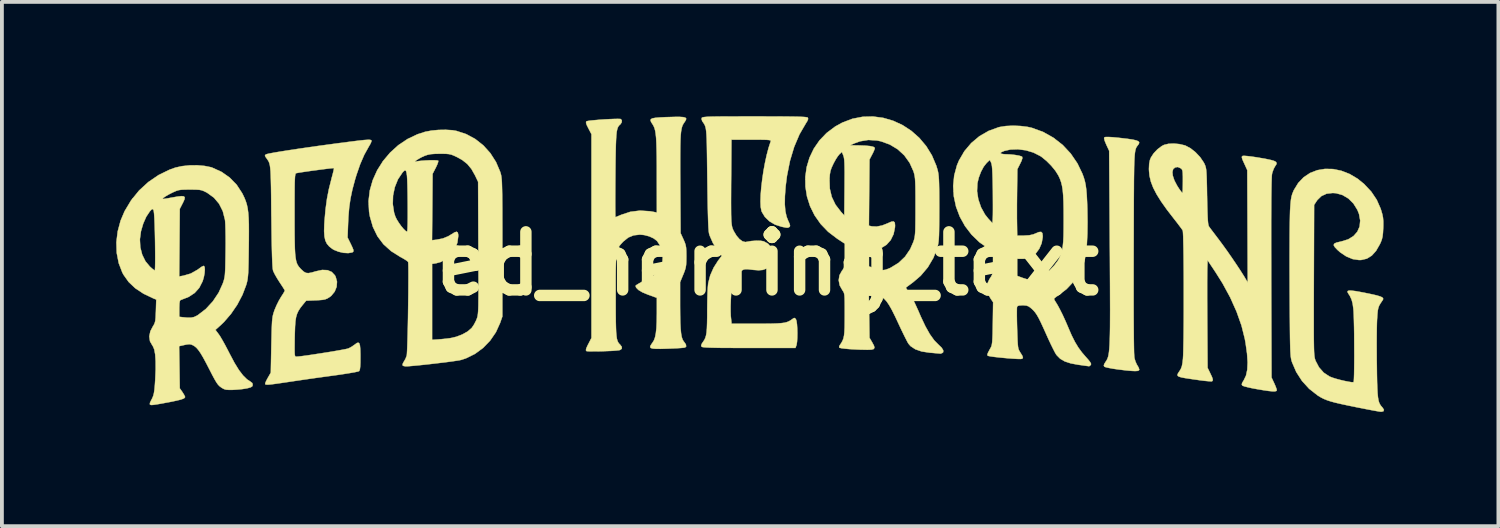
<source format=kicad_pcb>
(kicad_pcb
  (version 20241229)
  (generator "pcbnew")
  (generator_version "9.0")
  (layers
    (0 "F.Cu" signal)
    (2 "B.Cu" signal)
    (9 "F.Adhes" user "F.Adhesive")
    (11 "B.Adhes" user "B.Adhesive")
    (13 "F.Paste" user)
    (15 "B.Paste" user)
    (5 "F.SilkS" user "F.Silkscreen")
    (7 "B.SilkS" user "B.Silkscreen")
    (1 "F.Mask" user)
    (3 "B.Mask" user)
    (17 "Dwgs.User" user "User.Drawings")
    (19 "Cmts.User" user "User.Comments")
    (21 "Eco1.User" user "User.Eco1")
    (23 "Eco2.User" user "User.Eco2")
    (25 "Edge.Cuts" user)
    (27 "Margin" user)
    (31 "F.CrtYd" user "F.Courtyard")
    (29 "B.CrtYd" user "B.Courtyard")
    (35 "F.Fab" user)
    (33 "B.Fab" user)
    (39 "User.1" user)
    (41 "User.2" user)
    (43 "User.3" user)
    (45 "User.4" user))
  (footprint "red_herring_text"
    (layer "F.Cu")
    (at 16.631 3.87)
    (property "Reference" "red_herring_text" (at 0 0 0) (layer "F.SilkS") (effects (font (size 1.524 1.524) (thickness 0.3))))
    (attr through_hole)
    (fp_poly (pts (xy 9.529 -3.318) (xy 9.693 -3.302) (xy 9.745 -3.296) (xy 9.922 -3.275) (xy 10.054 -3.255) (xy 10.144 -3.234) (xy 10.197 -3.211) (xy 10.219 -3.184) (xy 10.213 -3.152) (xy 10.202 -3.133) (xy 10.183 -3.107) (xy 10.165 -3.084) (xy 10.15 -3.062) (xy 10.137 -3.036) (xy 10.126 -3.006) (xy 10.116 -2.966) (xy 10.108 -2.915) (xy 10.101 -2.849) (xy 10.095 -2.765) (xy 10.09 -2.661) (xy 10.086 -2.532) (xy 10.084 -2.377) (xy 10.081 -2.193) (xy 10.08 -1.975) (xy 10.078 -1.722) (xy 10.077 -1.43) (xy 10.076 -1.096) (xy 10.075 -0.717) (xy 10.074 -0.292) (xy 10.073 0.212) (xy 10.073 0.666) (xy 10.073 1.07) (xy 10.074 1.423) (xy 10.076 1.725) (xy 10.078 1.977) (xy 10.081 2.178) (xy 10.084 2.328) (xy 10.089 2.428) (xy 10.094 2.476) (xy 10.12 2.566) (xy 10.156 2.647) (xy 10.171 2.67) (xy 10.205 2.73) (xy 10.221 2.78) (xy 10.221 2.782) (xy 10.21 2.803) (xy 10.175 2.815) (xy 10.109 2.819) (xy 10.009 2.814) (xy 9.869 2.801) (xy 9.685 2.779) (xy 9.656 2.775) (xy 9.532 2.757) (xy 9.424 2.737) (xy 9.345 2.719) (xy 9.304 2.704) (xy 9.303 2.702) (xy 9.29 2.673) (xy 9.305 2.628) (xy 9.339 2.575) (xy 9.359 2.545) (xy 9.377 2.513) (xy 9.392 2.477) (xy 9.406 2.433) (xy 9.417 2.379) (xy 9.427 2.311) (xy 9.435 2.227) (xy 9.442 2.123) (xy 9.447 1.997) (xy 9.451 1.846) (xy 9.454 1.666) (xy 9.455 1.456) (xy 9.456 1.211) (xy 9.455 0.928) (xy 9.454 0.606) (xy 9.452 0.241) (xy 9.45 -0.171) (xy 9.448 -0.445) (xy 9.431 -2.962) (xy 9.355 -3.125) (xy 9.313 -3.226) (xy 9.298 -3.289) (xy 9.305 -3.315) (xy 9.338 -3.324) (xy 9.411 -3.325) (xy 9.529 -3.318)) (stroke (width 0.01) (type solid)) (fill yes) (layer "F.SilkS"))
    (fp_poly (pts (xy 15.308 -2.483) (xy 15.524 -2.438) (xy 15.74 -2.354) (xy 15.95 -2.23) (xy 16.121 -2.091) (xy 16.31 -1.89) (xy 16.454 -1.675) (xy 16.557 -1.441) (xy 16.568 -1.405) (xy 16.6 -1.297) (xy 16.618 -1.206) (xy 16.626 -1.112) (xy 16.626 -0.996) (xy 16.624 -0.935) (xy 16.617 -0.806) (xy 16.606 -0.711) (xy 16.587 -0.633) (xy 16.557 -0.555) (xy 16.535 -0.509) (xy 16.436 -0.336) (xy 16.323 -0.211) (xy 16.195 -0.132) (xy 16.049 -0.097) (xy 15.99 -0.095) (xy 15.824 -0.12) (xy 15.654 -0.19) (xy 15.491 -0.3) (xy 15.424 -0.36) (xy 15.354 -0.433) (xy 15.324 -0.486) (xy 15.337 -0.523) (xy 15.394 -0.552) (xy 15.499 -0.577) (xy 15.522 -0.582) (xy 15.702 -0.637) (xy 15.844 -0.724) (xy 15.945 -0.839) (xy 16.005 -0.976) (xy 16.02 -1.132) (xy 15.989 -1.303) (xy 15.946 -1.411) (xy 15.843 -1.577) (xy 15.711 -1.709) (xy 15.556 -1.801) (xy 15.386 -1.849) (xy 15.299 -1.855) (xy 15.136 -1.836) (xy 15.002 -1.774) (xy 14.896 -1.671) (xy 14.88 -1.648) (xy 14.81 -1.542) (xy 14.803 0.435) (xy 14.802 0.798) (xy 14.801 1.115) (xy 14.801 1.388) (xy 14.801 1.621) (xy 14.801 1.817) (xy 14.802 1.98) (xy 14.804 2.114) (xy 14.806 2.221) (xy 14.809 2.307) (xy 14.813 2.374) (xy 14.818 2.425) (xy 14.824 2.465) (xy 14.831 2.497) (xy 14.84 2.525) (xy 14.848 2.549) (xy 14.937 2.719) (xy 15.061 2.86) (xy 15.213 2.961) (xy 15.283 2.989) (xy 15.38 3.02) (xy 15.491 3.05) (xy 15.605 3.077) (xy 15.709 3.098) (xy 15.792 3.111) (xy 15.841 3.111) (xy 15.846 3.11) (xy 15.852 3.082) (xy 15.856 3.01) (xy 15.86 2.901) (xy 15.862 2.762) (xy 15.864 2.599) (xy 15.865 2.419) (xy 15.864 2.229) (xy 15.863 2.035) (xy 15.862 1.845) (xy 15.859 1.665) (xy 15.855 1.502) (xy 15.851 1.363) (xy 15.846 1.254) (xy 15.841 1.191) (xy 15.822 1.05) (xy 15.793 0.941) (xy 15.749 0.848) (xy 15.707 0.783) (xy 15.686 0.744) (xy 15.691 0.719) (xy 15.725 0.707) (xy 15.793 0.708) (xy 15.9 0.721) (xy 16.05 0.748) (xy 16.143 0.766) (xy 16.318 0.802) (xy 16.449 0.832) (xy 16.539 0.859) (xy 16.595 0.883) (xy 16.62 0.908) (xy 16.621 0.935) (xy 16.609 0.958) (xy 16.556 1.036) (xy 16.519 1.098) (xy 16.496 1.159) (xy 16.481 1.231) (xy 16.471 1.327) (xy 16.463 1.46) (xy 16.462 1.465) (xy 16.458 1.569) (xy 16.455 1.714) (xy 16.453 1.893) (xy 16.452 2.095) (xy 16.453 2.313) (xy 16.454 2.536) (xy 16.456 2.651) (xy 16.459 2.902) (xy 16.463 3.107) (xy 16.469 3.272) (xy 16.476 3.404) (xy 16.486 3.506) (xy 16.499 3.584) (xy 16.516 3.645) (xy 16.539 3.693) (xy 16.567 3.734) (xy 16.601 3.774) (xy 16.607 3.78) (xy 16.642 3.835) (xy 16.63 3.873) (xy 16.574 3.887) (xy 16.557 3.886) (xy 16.513 3.88) (xy 16.427 3.865) (xy 16.308 3.843) (xy 16.162 3.815) (xy 15.999 3.783) (xy 15.904 3.764) (xy 15.68 3.718) (xy 15.499 3.679) (xy 15.354 3.645) (xy 15.238 3.613) (xy 15.144 3.582) (xy 15.064 3.549) (xy 14.991 3.512) (xy 14.919 3.469) (xy 14.897 3.454) (xy 14.681 3.285) (xy 14.493 3.079) (xy 14.342 2.845) (xy 14.233 2.593) (xy 14.222 2.56) (xy 14.213 2.527) (xy 14.205 2.489) (xy 14.198 2.443) (xy 14.193 2.386) (xy 14.188 2.313) (xy 14.184 2.22) (xy 14.181 2.104) (xy 14.178 1.961) (xy 14.176 1.786) (xy 14.174 1.576) (xy 14.172 1.328) (xy 14.17 1.036) (xy 14.168 0.698) (xy 14.168 0.674) (xy 14.167 0.369) (xy 14.166 0.07) (xy 14.166 -0.216) (xy 14.167 -0.486) (xy 14.168 -0.733) (xy 14.17 -0.953) (xy 14.173 -1.139) (xy 14.176 -1.288) (xy 14.179 -1.393) (xy 14.181 -1.425) (xy 14.191 -1.571) (xy 14.202 -1.678) (xy 14.217 -1.761) (xy 14.237 -1.831) (xy 14.266 -1.901) (xy 14.28 -1.933) (xy 14.394 -2.119) (xy 14.537 -2.268) (xy 14.705 -2.38) (xy 14.893 -2.453) (xy 15.096 -2.487) (xy 15.308 -2.483)) (stroke (width 0.01) (type solid)) (fill yes) (layer "F.SilkS"))
    (fp_poly (pts (xy 11.275 -3.138) (xy 11.414 -3.105) (xy 11.434 -3.098) (xy 11.566 -3.028) (xy 11.698 -2.923) (xy 11.818 -2.796) (xy 11.911 -2.659) (xy 11.926 -2.632) (xy 11.944 -2.593) (xy 11.958 -2.556) (xy 11.969 -2.513) (xy 11.978 -2.459) (xy 11.984 -2.386) (xy 11.989 -2.289) (xy 11.993 -2.16) (xy 11.997 -1.994) (xy 12 -1.785) (xy 12.001 -1.766) (xy 12.005 -1.543) (xy 12.01 -1.367) (xy 12.015 -1.23) (xy 12.021 -1.129) (xy 12.028 -1.057) (xy 12.037 -1.009) (xy 12.048 -0.979) (xy 12.052 -0.973) (xy 12.08 -0.934) (xy 12.133 -0.863) (xy 12.204 -0.77) (xy 12.285 -0.663) (xy 12.317 -0.621) (xy 12.422 -0.479) (xy 12.54 -0.315) (xy 12.661 -0.14) (xy 12.779 0.034) (xy 12.886 0.197) (xy 12.974 0.336) (xy 13.011 0.398) (xy 13.068 0.496) (xy 13.062 -0.979) (xy 13.056 -2.454) (xy 12.975 -2.632) (xy 12.934 -2.722) (xy 12.915 -2.778) (xy 12.914 -2.808) (xy 12.929 -2.824) (xy 12.936 -2.828) (xy 12.975 -2.83) (xy 13.055 -2.824) (xy 13.165 -2.811) (xy 13.296 -2.792) (xy 13.384 -2.777) (xy 13.554 -2.747) (xy 13.679 -2.72) (xy 13.762 -2.695) (xy 13.81 -2.668) (xy 13.826 -2.638) (xy 13.816 -2.601) (xy 13.786 -2.557) (xy 13.75 -2.491) (xy 13.717 -2.402) (xy 13.705 -2.355) (xy 13.7 -2.309) (xy 13.696 -2.224) (xy 13.692 -2.096) (xy 13.689 -1.927) (xy 13.686 -1.714) (xy 13.685 -1.456) (xy 13.683 -1.153) (xy 13.683 -0.803) (xy 13.683 -0.405) (xy 13.684 0.042) (xy 13.684 0.383) (xy 13.692 2.987) (xy 13.762 3.137) (xy 13.798 3.219) (xy 13.823 3.287) (xy 13.831 3.321) (xy 13.82 3.341) (xy 13.783 3.351) (xy 13.716 3.351) (xy 13.614 3.341) (xy 13.471 3.32) (xy 13.3 3.291) (xy 13.172 3.267) (xy 13.061 3.242) (xy 12.977 3.22) (xy 12.93 3.202) (xy 12.926 3.198) (xy 12.911 3.171) (xy 12.921 3.131) (xy 12.96 3.066) (xy 12.966 3.056) (xy 13.023 2.937) (xy 13.056 2.783) (xy 13.065 2.592) (xy 13.05 2.362) (xy 13.012 2.089) (xy 12.991 1.972) (xy 12.904 1.624) (xy 12.775 1.26) (xy 12.608 0.887) (xy 12.405 0.514) (xy 12.226 0.229) (xy 12.014 -0.089) (xy 12.006 0.14) (xy 12.005 0.213) (xy 12.004 0.33) (xy 12.003 0.486) (xy 12.003 0.674) (xy 12.003 0.886) (xy 12.004 1.118) (xy 12.005 1.363) (xy 12.006 1.551) (xy 12.014 2.733) (xy 12.083 2.876) (xy 12.128 2.971) (xy 12.149 3.031) (xy 12.149 3.067) (xy 12.13 3.088) (xy 12.098 3.089) (xy 12.025 3.084) (xy 11.921 3.074) (xy 11.796 3.058) (xy 11.743 3.05) (xy 11.559 3.024) (xy 11.422 3.003) (xy 11.324 2.984) (xy 11.262 2.965) (xy 11.23 2.944) (xy 11.223 2.917) (xy 11.236 2.883) (xy 11.264 2.839) (xy 11.276 2.823) (xy 11.314 2.759) (xy 11.339 2.692) (xy 11.356 2.604) (xy 11.368 2.497) (xy 11.373 2.415) (xy 11.377 2.293) (xy 11.38 2.136) (xy 11.384 1.949) (xy 11.386 1.737) (xy 11.388 1.507) (xy 11.389 1.262) (xy 11.389 1.008) (xy 11.389 0.751) (xy 11.389 0.496) (xy 11.388 0.247) (xy 11.386 0.011) (xy 11.384 -0.208) (xy 11.381 -0.405) (xy 11.377 -0.574) (xy 11.374 -0.71) (xy 11.369 -0.808) (xy 11.364 -0.862) (xy 11.362 -0.87) (xy 11.336 -0.91) (xy 11.284 -0.98) (xy 11.216 -1.07) (xy 11.137 -1.171) (xy 11.133 -1.176) (xy 10.946 -1.418) (xy 10.795 -1.631) (xy 10.676 -1.821) (xy 10.587 -1.993) (xy 10.526 -2.152) (xy 10.49 -2.305) (xy 10.48 -2.409) (xy 11.09 -2.409) (xy 11.101 -2.308) (xy 11.142 -2.185) (xy 11.214 -2.048) (xy 11.264 -1.969) (xy 11.309 -1.906) (xy 11.343 -1.865) (xy 11.354 -1.856) (xy 11.358 -1.88) (xy 11.362 -1.945) (xy 11.364 -2.041) (xy 11.365 -2.158) (xy 11.365 -2.161) (xy 11.365 -2.289) (xy 11.362 -2.377) (xy 11.356 -2.433) (xy 11.344 -2.468) (xy 11.325 -2.49) (xy 11.3 -2.508) (xy 11.232 -2.537) (xy 11.166 -2.527) (xy 11.112 -2.484) (xy 11.09 -2.409) (xy 10.48 -2.409) (xy 10.476 -2.455) (xy 10.475 -2.488) (xy 10.481 -2.62) (xy 10.501 -2.721) (xy 10.528 -2.787) (xy 10.599 -2.896) (xy 10.699 -3.001) (xy 10.81 -3.085) (xy 10.871 -3.117) (xy 10.985 -3.145) (xy 11.125 -3.152) (xy 11.275 -3.138)) (stroke (width 0.01) (type solid)) (fill yes) (layer "F.SilkS"))
    (fp_poly (pts (xy 0.434 -3.864) (xy 0.697 -3.864) (xy 0.916 -3.862) (xy 1.096 -3.86) (xy 1.238 -3.858) (xy 1.347 -3.854) (xy 1.427 -3.85) (xy 1.48 -3.844) (xy 1.511 -3.838) (xy 1.521 -3.832) (xy 1.53 -3.798) (xy 1.51 -3.746) (xy 1.472 -3.685) (xy 1.303 -3.395) (xy 1.163 -3.065) (xy 1.053 -2.699) (xy 0.974 -2.302) (xy 0.939 -2.027) (xy 0.92 -1.771) (xy 0.917 -1.558) (xy 0.931 -1.382) (xy 0.963 -1.236) (xy 1.002 -1.135) (xy 1.04 -1.051) (xy 1.055 -1) (xy 1.049 -0.972) (xy 1.039 -0.964) (xy 1.013 -0.949) (xy 0.986 -0.943) (xy 0.944 -0.947) (xy 0.873 -0.961) (xy 0.834 -0.969) (xy 0.663 -1.024) (xy 0.514 -1.112) (xy 0.395 -1.226) (xy 0.315 -1.358) (xy 0.304 -1.389) (xy 0.285 -1.489) (xy 0.279 -1.629) (xy 0.284 -1.801) (xy 0.3 -1.998) (xy 0.325 -2.209) (xy 0.357 -2.428) (xy 0.397 -2.645) (xy 0.442 -2.852) (xy 0.492 -3.041) (xy 0.545 -3.203) (xy 0.549 -3.214) (xy 0.55 -3.228) (xy 0.536 -3.238) (xy 0.501 -3.245) (xy 0.44 -3.25) (xy 0.345 -3.253) (xy 0.212 -3.254) (xy 0.041 -3.254) (xy -0.483 -3.254) (xy -0.489 -2.371) (xy -0.492 -2.074) (xy -0.493 -1.823) (xy -0.494 -1.613) (xy -0.493 -1.442) (xy -0.492 -1.303) (xy -0.489 -1.192) (xy -0.485 -1.106) (xy -0.478 -1.038) (xy -0.47 -0.986) (xy -0.46 -0.944) (xy -0.447 -0.908) (xy -0.431 -0.873) (xy -0.421 -0.852) (xy -0.351 -0.735) (xy -0.273 -0.644) (xy -0.193 -0.586) (xy -0.119 -0.567) (xy -0.105 -0.569) (xy 0.033 -0.593) (xy 0.169 -0.603) (xy 0.287 -0.6) (xy 0.364 -0.586) (xy 0.476 -0.525) (xy 0.557 -0.433) (xy 0.606 -0.319) (xy 0.62 -0.195) (xy 0.597 -0.072) (xy 0.534 0.041) (xy 0.504 0.073) (xy 0.429 0.131) (xy 0.342 0.164) (xy 0.231 0.174) (xy 0.086 0.163) (xy 0.053 0.159) (xy -0.048 0.147) (xy -0.115 0.145) (xy -0.162 0.154) (xy -0.205 0.177) (xy -0.217 0.184) (xy -0.305 0.263) (xy -0.387 0.371) (xy -0.447 0.487) (xy -0.453 0.503) (xy -0.468 0.573) (xy -0.481 0.681) (xy -0.492 0.815) (xy -0.5 0.963) (xy -0.505 1.113) (xy -0.505 1.252) (xy -0.501 1.368) (xy -0.497 1.406) (xy -0.479 1.576) (xy 0.189 1.576) (xy 0.409 1.576) (xy 0.585 1.574) (xy 0.723 1.569) (xy 0.83 1.561) (xy 0.912 1.55) (xy 0.976 1.533) (xy 1.029 1.511) (xy 1.077 1.482) (xy 1.102 1.464) (xy 1.151 1.43) (xy 1.179 1.426) (xy 1.203 1.452) (xy 1.21 1.461) (xy 1.225 1.507) (xy 1.237 1.592) (xy 1.244 1.701) (xy 1.247 1.822) (xy 1.245 1.942) (xy 1.239 2.047) (xy 1.227 2.126) (xy 1.221 2.147) (xy 1.196 2.212) (xy -0.022 2.212) (xy -0.312 2.212) (xy -0.555 2.211) (xy -0.755 2.21) (xy -0.916 2.207) (xy -1.041 2.204) (xy -1.135 2.2) (xy -1.201 2.195) (xy -1.243 2.189) (xy -1.264 2.181) (xy -1.268 2.178) (xy -1.278 2.144) (xy -1.257 2.094) (xy -1.232 2.058) (xy -1.197 2.006) (xy -1.17 1.951) (xy -1.15 1.886) (xy -1.136 1.803) (xy -1.127 1.696) (xy -1.122 1.557) (xy -1.119 1.379) (xy -1.119 1.233) (xy -1.117 1.058) (xy -1.114 0.889) (xy -1.109 0.736) (xy -1.102 0.611) (xy -1.094 0.524) (xy -1.092 0.509) (xy -1.04 0.308) (xy -0.95 0.105) (xy -0.833 -0.08) (xy -0.83 -0.083) (xy -0.737 -0.205) (xy -0.836 -0.338) (xy -0.967 -0.538) (xy -1.052 -0.731) (xy -1.071 -0.792) (xy -1.079 -0.848) (xy -1.087 -0.953) (xy -1.094 -1.107) (xy -1.1 -1.311) (xy -1.106 -1.564) (xy -1.111 -1.868) (xy -1.116 -2.222) (xy -1.116 -2.225) (xy -1.12 -2.52) (xy -1.123 -2.769) (xy -1.126 -2.977) (xy -1.129 -3.147) (xy -1.133 -3.284) (xy -1.139 -3.392) (xy -1.146 -3.477) (xy -1.155 -3.542) (xy -1.167 -3.592) (xy -1.181 -3.632) (xy -1.199 -3.666) (xy -1.22 -3.698) (xy -1.245 -3.733) (xy -1.25 -3.74) (xy -1.267 -3.794) (xy -1.263 -3.823) (xy -1.256 -3.832) (xy -1.24 -3.84) (xy -1.211 -3.846) (xy -1.165 -3.851) (xy -1.098 -3.856) (xy -1.006 -3.859) (xy -0.884 -3.861) (xy -0.73 -3.863) (xy -0.539 -3.864) (xy -0.307 -3.864) (xy -0.03 -3.865) (xy 0.123 -3.865) (xy 0.434 -3.864)) (stroke (width 0.01) (type solid)) (fill yes) (layer "F.SilkS"))
    (fp_poly (pts (xy -1.746 -3.846) (xy -1.693 -3.832) (xy -1.671 -3.809) (xy -1.677 -3.775) (xy -1.704 -3.729) (xy -1.714 -3.715) (xy -1.74 -3.677) (xy -1.762 -3.638) (xy -1.78 -3.591) (xy -1.794 -3.533) (xy -1.806 -3.46) (xy -1.815 -3.367) (xy -1.821 -3.25) (xy -1.825 -3.105) (xy -1.827 -2.927) (xy -1.828 -2.712) (xy -1.828 -2.456) (xy -1.826 -2.154) (xy -1.826 -2.085) (xy -1.818 -0.801) (xy -1.742 -0.636) (xy -1.708 -0.557) (xy -1.686 -0.49) (xy -1.673 -0.418) (xy -1.668 -0.328) (xy -1.666 -0.203) (xy -1.666 -0.191) (xy -1.668 -0.061) (xy -1.673 0.034) (xy -1.686 0.111) (xy -1.709 0.188) (xy -1.745 0.28) (xy -1.749 0.288) (xy -1.831 0.487) (xy -1.831 1.104) (xy -1.829 1.349) (xy -1.825 1.548) (xy -1.817 1.706) (xy -1.805 1.829) (xy -1.789 1.921) (xy -1.767 1.989) (xy -1.74 2.036) (xy -1.732 2.045) (xy -1.68 2.118) (xy -1.671 2.172) (xy -1.699 2.2) (xy -1.738 2.207) (xy -1.818 2.214) (xy -1.93 2.221) (xy -2.065 2.227) (xy -2.167 2.231) (xy -2.34 2.236) (xy -2.467 2.235) (xy -2.552 2.228) (xy -2.601 2.213) (xy -2.617 2.187) (xy -2.606 2.149) (xy -2.572 2.097) (xy -2.556 2.075) (xy -2.517 2.012) (xy -2.488 1.931) (xy -2.467 1.825) (xy -2.452 1.689) (xy -2.444 1.516) (xy -2.441 1.299) (xy -2.441 1.281) (xy -2.441 0.897) (xy -2.669 0.815) (xy -2.817 0.754) (xy -2.923 0.691) (xy -2.985 0.628) (xy -3 0.582) (xy -2.979 0.562) (xy -2.921 0.526) (xy -2.837 0.479) (xy -2.765 0.443) (xy -2.616 0.364) (xy -2.506 0.293) (xy -2.426 0.223) (xy -2.366 0.146) (xy -2.334 0.091) (xy -2.294 -0.037) (xy -2.286 -0.187) (xy -2.31 -0.341) (xy -2.363 -0.484) (xy -2.435 -0.594) (xy -2.522 -0.662) (xy -2.641 -0.717) (xy -2.776 -0.752) (xy -2.886 -0.762) (xy -3.049 -0.744) (xy -3.189 -0.687) (xy -3.317 -0.585) (xy -3.346 -0.555) (xy -3.387 -0.51) (xy -3.421 -0.468) (xy -3.448 -0.425) (xy -3.471 -0.375) (xy -3.488 -0.314) (xy -3.5 -0.236) (xy -3.509 -0.137) (xy -3.515 -0.011) (xy -3.519 0.146) (xy -3.521 0.34) (xy -3.521 0.575) (xy -3.521 0.826) (xy -3.521 1.105) (xy -3.52 1.337) (xy -3.518 1.528) (xy -3.514 1.682) (xy -3.509 1.804) (xy -3.5 1.898) (xy -3.49 1.97) (xy -3.475 2.023) (xy -3.457 2.063) (xy -3.436 2.094) (xy -3.409 2.121) (xy -3.406 2.124) (xy -3.361 2.184) (xy -3.362 2.234) (xy -3.41 2.267) (xy -3.439 2.273) (xy -3.514 2.281) (xy -3.619 2.289) (xy -3.743 2.294) (xy -3.875 2.299) (xy -4.005 2.302) (xy -4.122 2.302) (xy -4.216 2.301) (xy -4.276 2.297) (xy -4.291 2.293) (xy -4.303 2.27) (xy -4.293 2.224) (xy -4.259 2.147) (xy -4.24 2.111) (xy -4.157 1.95) (xy -4.157 -3.398) (xy -4.238 -3.553) (xy -4.281 -3.639) (xy -4.299 -3.693) (xy -4.296 -3.725) (xy -4.287 -3.736) (xy -4.252 -3.745) (xy -4.178 -3.756) (xy -4.073 -3.766) (xy -3.949 -3.777) (xy -3.817 -3.786) (xy -3.685 -3.793) (xy -3.566 -3.798) (xy -3.469 -3.8) (xy -3.405 -3.798) (xy -3.388 -3.795) (xy -3.36 -3.762) (xy -3.363 -3.711) (xy -3.395 -3.661) (xy -3.398 -3.658) (xy -3.426 -3.633) (xy -3.448 -3.606) (xy -3.467 -3.57) (xy -3.482 -3.522) (xy -3.495 -3.458) (xy -3.504 -3.372) (xy -3.511 -3.26) (xy -3.517 -3.117) (xy -3.521 -2.939) (xy -3.525 -2.722) (xy -3.528 -2.46) (xy -3.529 -2.333) (xy -3.531 -2.1) (xy -3.532 -1.885) (xy -3.533 -1.69) (xy -3.533 -1.523) (xy -3.532 -1.387) (xy -3.531 -1.289) (xy -3.529 -1.232) (xy -3.528 -1.22) (xy -3.499 -1.23) (xy -3.439 -1.255) (xy -3.376 -1.282) (xy -3.136 -1.361) (xy -2.885 -1.392) (xy -2.619 -1.375) (xy -2.523 -1.358) (xy -2.441 -1.341) (xy -2.442 -2.279) (xy -2.442 -2.565) (xy -2.444 -2.806) (xy -2.448 -3.005) (xy -2.453 -3.168) (xy -2.46 -3.299) (xy -2.471 -3.404) (xy -2.484 -3.486) (xy -2.501 -3.551) (xy -2.522 -3.604) (xy -2.547 -3.649) (xy -2.557 -3.664) (xy -2.592 -3.719) (xy -2.607 -3.761) (xy -2.598 -3.791) (xy -2.559 -3.813) (xy -2.485 -3.827) (xy -2.373 -3.837) (xy -2.216 -3.845) (xy -2.145 -3.847) (xy -1.968 -3.852) (xy -1.836 -3.852) (xy -1.746 -3.846)) (stroke (width 0.01) (type solid)) (fill yes) (layer "F.SilkS"))
    (fp_poly (pts (xy -7.805 -3.502) (xy -7.701 -3.484) (xy -7.445 -3.4) (xy -7.208 -3.272) (xy -6.995 -3.104) (xy -6.812 -2.901) (xy -6.663 -2.668) (xy -6.553 -2.41) (xy -6.543 -2.377) (xy -6.534 -2.345) (xy -6.526 -2.31) (xy -6.52 -2.267) (xy -6.514 -2.213) (xy -6.509 -2.144) (xy -6.506 -2.056) (xy -6.503 -1.946) (xy -6.5 -1.809) (xy -6.499 -1.643) (xy -6.497 -1.443) (xy -6.497 -1.205) (xy -6.496 -0.925) (xy -6.496 -0.601) (xy -6.496 -0.42) (xy -6.496 1.386) (xy -6.555 1.556) (xy -6.665 1.799) (xy -6.816 2.019) (xy -7.001 2.211) (xy -7.215 2.368) (xy -7.452 2.485) (xy -7.577 2.526) (xy -7.634 2.538) (xy -7.733 2.553) (xy -7.865 2.572) (xy -8.02 2.592) (xy -8.191 2.612) (xy -8.367 2.633) (xy -8.541 2.652) (xy -8.703 2.669) (xy -8.844 2.682) (xy -8.956 2.692) (xy -9.029 2.695) (xy -9.033 2.695) (xy -9.088 2.686) (xy -9.115 2.669) (xy -9.113 2.633) (xy -9.086 2.579) (xy -9.082 2.574) (xy -9.039 2.499) (xy -9.006 2.415) (xy -9.006 2.415) (xy -9.001 2.375) (xy -8.996 2.291) (xy -8.991 2.169) (xy -8.986 2.015) (xy -8.981 1.835) (xy -8.976 1.636) (xy -8.972 1.424) (xy -8.969 1.205) (xy -8.966 0.986) (xy -8.963 0.772) (xy -8.962 0.571) (xy -8.961 0.387) (xy -8.961 0.228) (xy -8.962 0.1) (xy -8.964 0.008) (xy -8.968 -0.04) (xy -8.969 -0.044) (xy -8.995 -0.07) (xy -9.055 -0.11) (xy -9.139 -0.159) (xy -9.176 -0.178) (xy -9.416 -0.329) (xy -9.616 -0.509) (xy -9.775 -0.72) (xy -9.893 -0.963) (xy -9.972 -1.236) (xy -9.994 -1.365) (xy -10.004 -1.561) (xy -9.372 -1.561) (xy -9.338 -1.341) (xy -9.306 -1.239) (xy -9.269 -1.163) (xy -9.215 -1.075) (xy -9.153 -0.988) (xy -9.09 -0.913) (xy -9.035 -0.859) (xy -8.997 -0.839) (xy -8.99 -0.864) (xy -8.985 -0.936) (xy -8.981 -1.052) (xy -8.979 -1.209) (xy -8.979 -1.403) (xy -8.98 -1.611) (xy -8.983 -1.852) (xy -8.987 -2.046) (xy -8.992 -2.197) (xy -8.999 -2.309) (xy -9.01 -2.385) (xy -9.024 -2.431) (xy -9.042 -2.449) (xy -9.065 -2.443) (xy -9.094 -2.418) (xy -9.117 -2.392) (xy -9.236 -2.214) (xy -9.319 -2.008) (xy -9.365 -1.787) (xy -9.372 -1.561) (xy -10.004 -1.561) (xy -10.008 -1.643) (xy -9.975 -1.92) (xy -9.898 -2.191) (xy -9.781 -2.451) (xy -9.638 -2.677) (xy -8.793 -2.677) (xy -8.776 -2.676) (xy -8.765 -2.679) (xy -8.708 -2.691) (xy -8.622 -2.7) (xy -8.518 -2.708) (xy -8.41 -2.713) (xy -8.31 -2.714) (xy -8.231 -2.712) (xy -8.185 -2.705) (xy -8.178 -2.702) (xy -8.181 -2.668) (xy -8.204 -2.603) (xy -8.242 -2.521) (xy -8.245 -2.516) (xy -8.327 -2.357) (xy -8.334 -1.486) (xy -8.342 -0.615) (xy -8.233 -0.627) (xy -8.062 -0.66) (xy -7.918 -0.718) (xy -7.839 -0.766) (xy -7.752 -0.82) (xy -7.697 -0.838) (xy -7.666 -0.818) (xy -7.654 -0.759) (xy -7.653 -0.726) (xy -7.676 -0.551) (xy -7.74 -0.388) (xy -7.84 -0.243) (xy -7.967 -0.125) (xy -8.115 -0.043) (xy -8.236 -0.01) (xy -8.34 0.006) (xy -8.34 2) (xy -8.193 1.99) (xy -8.087 1.981) (xy -7.962 1.968) (xy -7.869 1.956) (xy -7.704 1.919) (xy -7.546 1.858) (xy -7.408 1.781) (xy -7.305 1.692) (xy -7.297 1.683) (xy -7.242 1.602) (xy -7.19 1.503) (xy -7.169 1.453) (xy -7.159 1.425) (xy -7.15 1.395) (xy -7.143 1.36) (xy -7.137 1.317) (xy -7.132 1.26) (xy -7.128 1.186) (xy -7.125 1.092) (xy -7.124 0.973) (xy -7.122 0.825) (xy -7.122 0.646) (xy -7.122 0.43) (xy -7.123 0.175) (xy -7.124 -0.124) (xy -7.125 -0.416) (xy -7.132 -2.148) (xy -7.211 -2.314) (xy -7.307 -2.484) (xy -7.415 -2.615) (xy -7.549 -2.721) (xy -7.672 -2.79) (xy -7.762 -2.833) (xy -7.832 -2.861) (xy -7.898 -2.876) (xy -7.976 -2.883) (xy -8.083 -2.885) (xy -8.135 -2.885) (xy -8.272 -2.882) (xy -8.375 -2.874) (xy -8.458 -2.857) (xy -8.537 -2.83) (xy -8.543 -2.827) (xy -8.61 -2.797) (xy -8.676 -2.761) (xy -8.735 -2.725) (xy -8.777 -2.695) (xy -8.793 -2.677) (xy -9.638 -2.677) (xy -9.628 -2.693) (xy -9.442 -2.914) (xy -9.227 -3.109) (xy -8.986 -3.271) (xy -8.723 -3.396) (xy -8.525 -3.46) (xy -8.359 -3.492) (xy -8.171 -3.51) (xy -7.98 -3.513) (xy -7.805 -3.502)) (stroke (width 0.01) (type solid)) (fill yes) (layer "F.SilkS"))
    (fp_poly (pts (xy -9.956 -3.247) (xy -9.937 -3.239) (xy -9.93 -3.23) (xy -9.935 -3.199) (xy -9.963 -3.138) (xy -10.008 -3.061) (xy -10.009 -3.059) (xy -10.121 -2.857) (xy -10.228 -2.61) (xy -10.328 -2.321) (xy -10.362 -2.208) (xy -10.432 -1.947) (xy -10.482 -1.71) (xy -10.516 -1.476) (xy -10.537 -1.224) (xy -10.544 -1.075) (xy -10.559 -0.687) (xy -10.479 -0.525) (xy -10.432 -0.426) (xy -10.407 -0.363) (xy -10.404 -0.326) (xy -10.419 -0.305) (xy -10.439 -0.295) (xy -10.54 -0.277) (xy -10.665 -0.284) (xy -10.796 -0.314) (xy -10.916 -0.362) (xy -10.959 -0.388) (xy -11.041 -0.452) (xy -11.101 -0.523) (xy -11.142 -0.608) (xy -11.165 -0.715) (xy -11.174 -0.853) (xy -11.169 -1.028) (xy -11.162 -1.138) (xy -11.135 -1.436) (xy -11.099 -1.702) (xy -11.049 -1.957) (xy -10.983 -2.218) (xy -10.983 -2.222) (xy -10.953 -2.333) (xy -10.93 -2.424) (xy -10.917 -2.486) (xy -10.915 -2.508) (xy -10.942 -2.507) (xy -11.009 -2.501) (xy -11.108 -2.489) (xy -11.229 -2.474) (xy -11.363 -2.456) (xy -11.501 -2.438) (xy -11.632 -2.419) (xy -11.748 -2.402) (xy -11.838 -2.388) (xy -11.895 -2.377) (xy -11.905 -2.375) (xy -11.916 -2.369) (xy -11.925 -2.355) (xy -11.932 -2.328) (xy -11.938 -2.285) (xy -11.942 -2.22) (xy -11.946 -2.129) (xy -11.948 -2.007) (xy -11.949 -1.85) (xy -11.95 -1.654) (xy -11.95 -1.413) (xy -11.95 -1.287) (xy -11.95 -1) (xy -11.949 -0.76) (xy -11.946 -0.561) (xy -11.942 -0.398) (xy -11.935 -0.268) (xy -11.924 -0.164) (xy -11.91 -0.082) (xy -11.892 -0.017) (xy -11.868 0.035) (xy -11.839 0.079) (xy -11.804 0.12) (xy -11.771 0.154) (xy -11.708 0.211) (xy -11.652 0.242) (xy -11.588 0.249) (xy -11.504 0.234) (xy -11.391 0.201) (xy -11.224 0.165) (xy -11.085 0.171) (xy -10.974 0.218) (xy -10.891 0.306) (xy -10.872 0.342) (xy -10.836 0.473) (xy -10.846 0.607) (xy -10.897 0.734) (xy -10.985 0.842) (xy -11.036 0.881) (xy -11.092 0.915) (xy -11.147 0.937) (xy -11.215 0.95) (xy -11.311 0.958) (xy -11.395 0.962) (xy -11.646 0.972) (xy -11.734 1.079) (xy -11.799 1.162) (xy -11.848 1.238) (xy -11.884 1.316) (xy -11.91 1.404) (xy -11.927 1.512) (xy -11.937 1.649) (xy -11.943 1.823) (xy -11.946 1.939) (xy -11.948 2.11) (xy -11.949 2.237) (xy -11.948 2.327) (xy -11.945 2.385) (xy -11.938 2.419) (xy -11.927 2.436) (xy -11.912 2.441) (xy -11.902 2.441) (xy -11.845 2.437) (xy -11.749 2.426) (xy -11.622 2.409) (xy -11.473 2.387) (xy -11.311 2.362) (xy -11.144 2.336) (xy -10.981 2.31) (xy -10.831 2.284) (xy -10.703 2.261) (xy -10.604 2.242) (xy -10.544 2.228) (xy -10.534 2.224) (xy -10.452 2.181) (xy -10.373 2.126) (xy -10.368 2.123) (xy -10.316 2.084) (xy -10.278 2.073) (xy -10.251 2.092) (xy -10.234 2.147) (xy -10.225 2.242) (xy -10.221 2.381) (xy -10.221 2.454) (xy -10.222 2.6) (xy -10.227 2.703) (xy -10.235 2.77) (xy -10.248 2.809) (xy -10.257 2.821) (xy -10.291 2.832) (xy -10.369 2.849) (xy -10.483 2.869) (xy -10.626 2.892) (xy -10.79 2.917) (xy -10.95 2.939) (xy -11.164 2.968) (xy -11.395 3) (xy -11.627 3.033) (xy -11.845 3.065) (xy -12.035 3.093) (xy -12.101 3.103) (xy -12.291 3.131) (xy -12.436 3.152) (xy -12.543 3.166) (xy -12.619 3.174) (xy -12.669 3.176) (xy -12.7 3.173) (xy -12.717 3.165) (xy -12.721 3.162) (xy -12.718 3.133) (xy -12.693 3.074) (xy -12.655 3.003) (xy -12.573 2.86) (xy -12.559 2.136) (xy -12.554 1.923) (xy -12.55 1.755) (xy -12.545 1.623) (xy -12.54 1.522) (xy -12.532 1.443) (xy -12.523 1.38) (xy -12.51 1.326) (xy -12.494 1.273) (xy -12.478 1.225) (xy -12.428 1.105) (xy -12.364 0.976) (xy -12.308 0.88) (xy -12.258 0.802) (xy -12.221 0.741) (xy -12.205 0.709) (xy -12.204 0.708) (xy -12.217 0.682) (xy -12.253 0.624) (xy -12.305 0.544) (xy -12.343 0.487) (xy -12.407 0.386) (xy -12.463 0.289) (xy -12.502 0.211) (xy -12.513 0.185) (xy -12.521 0.143) (xy -12.528 0.068) (xy -12.534 -0.044) (xy -12.54 -0.193) (xy -12.545 -0.384) (xy -12.55 -0.619) (xy -12.554 -0.899) (xy -12.558 -1.227) (xy -12.559 -1.246) (xy -12.562 -1.543) (xy -12.564 -1.794) (xy -12.567 -2.003) (xy -12.571 -2.175) (xy -12.575 -2.313) (xy -12.58 -2.423) (xy -12.588 -2.51) (xy -12.597 -2.576) (xy -12.609 -2.628) (xy -12.624 -2.669) (xy -12.642 -2.704) (xy -12.665 -2.737) (xy -12.691 -2.774) (xy -12.702 -2.789) (xy -12.727 -2.831) (xy -12.718 -2.855) (xy -12.693 -2.87) (xy -12.652 -2.882) (xy -12.564 -2.9) (xy -12.436 -2.923) (xy -12.27 -2.95) (xy -12.073 -2.981) (xy -11.848 -3.015) (xy -11.599 -3.051) (xy -11.333 -3.089) (xy -11.052 -3.127) (xy -10.771 -3.165) (xy -10.545 -3.194) (xy -10.364 -3.217) (xy -10.223 -3.234) (xy -10.117 -3.245) (xy -10.041 -3.25) (xy -9.989 -3.251) (xy -9.956 -3.247)) (stroke (width 0.01) (type solid)) (fill yes) (layer "F.SilkS"))
    (fp_poly (pts (xy 3.502 -3.826) (xy 3.762 -3.75) (xy 4.009 -3.636) (xy 4.239 -3.485) (xy 4.447 -3.301) (xy 4.629 -3.085) (xy 4.779 -2.841) (xy 4.894 -2.57) (xy 4.925 -2.466) (xy 4.938 -2.415) (xy 4.948 -2.358) (xy 4.956 -2.289) (xy 4.962 -2.203) (xy 4.966 -2.093) (xy 4.969 -1.953) (xy 4.97 -1.777) (xy 4.971 -1.56) (xy 4.971 -1.449) (xy 4.97 -1.212) (xy 4.969 -1.02) (xy 4.967 -0.866) (xy 4.964 -0.745) (xy 4.959 -0.65) (xy 4.952 -0.575) (xy 4.943 -0.515) (xy 4.932 -0.463) (xy 4.924 -0.434) (xy 4.82 -0.157) (xy 4.672 0.095) (xy 4.483 0.318) (xy 4.299 0.476) (xy 4.215 0.54) (xy 4.147 0.59) (xy 4.106 0.621) (xy 4.097 0.627) (xy 4.105 0.649) (xy 4.135 0.699) (xy 4.164 0.742) (xy 4.212 0.815) (xy 4.257 0.893) (xy 4.305 0.984) (xy 4.358 1.097) (xy 4.423 1.241) (xy 4.489 1.394) (xy 4.607 1.644) (xy 4.725 1.853) (xy 4.841 2.015) (xy 4.955 2.13) (xy 4.956 2.131) (xy 5.033 2.205) (xy 5.074 2.271) (xy 5.075 2.322) (xy 5.056 2.342) (xy 5.011 2.36) (xy 4.996 2.361) (xy 4.961 2.357) (xy 4.888 2.351) (xy 4.789 2.342) (xy 4.722 2.337) (xy 4.511 2.305) (xy 4.343 2.247) (xy 4.218 2.164) (xy 4.165 2.103) (xy 4.137 2.057) (xy 4.094 1.973) (xy 4.038 1.861) (xy 3.974 1.729) (xy 3.914 1.601) (xy 3.815 1.389) (xy 3.73 1.219) (xy 3.656 1.088) (xy 3.589 0.99) (xy 3.525 0.921) (xy 3.461 0.876) (xy 3.392 0.85) (xy 3.315 0.84) (xy 3.274 0.839) (xy 3.123 0.839) (xy 3.132 1.392) (xy 3.14 1.945) (xy 3.212 2.068) (xy 3.257 2.152) (xy 3.271 2.207) (xy 3.25 2.241) (xy 3.19 2.257) (xy 3.084 2.261) (xy 3.045 2.26) (xy 2.896 2.257) (xy 2.749 2.25) (xy 2.611 2.242) (xy 2.494 2.231) (xy 2.405 2.22) (xy 2.355 2.208) (xy 2.348 2.204) (xy 2.345 2.171) (xy 2.36 2.141) (xy 2.401 2.081) (xy 2.432 2.024) (xy 2.456 1.963) (xy 2.472 1.889) (xy 2.482 1.795) (xy 2.488 1.672) (xy 2.49 1.513) (xy 2.491 1.337) (xy 2.491 1.155) (xy 2.49 1.017) (xy 2.488 0.915) (xy 2.484 0.842) (xy 2.476 0.791) (xy 2.465 0.755) (xy 2.45 0.727) (xy 2.431 0.7) (xy 2.358 0.57) (xy 2.332 0.435) (xy 2.353 0.303) (xy 2.421 0.182) (xy 2.425 0.177) (xy 2.453 0.141) (xy 2.472 0.105) (xy 2.483 0.059) (xy 2.489 -0.008) (xy 2.491 -0.108) (xy 2.492 -0.214) (xy 2.492 -0.525) (xy 2.294 -0.655) (xy 2.056 -0.836) (xy 1.858 -1.042) (xy 1.699 -1.269) (xy 1.58 -1.51) (xy 1.5 -1.762) (xy 1.459 -2.02) (xy 1.457 -2.214) (xy 2.09 -2.214) (xy 2.098 -1.97) (xy 2.15 -1.751) (xy 2.247 -1.549) (xy 2.387 -1.366) (xy 2.479 -1.264) (xy 2.486 -2.005) (xy 2.487 -2.227) (xy 2.488 -2.404) (xy 2.486 -2.542) (xy 2.483 -2.646) (xy 2.478 -2.724) (xy 2.47 -2.78) (xy 2.46 -2.821) (xy 2.454 -2.839) (xy 2.415 -2.932) (xy 2.35 -2.871) (xy 2.308 -2.819) (xy 2.255 -2.737) (xy 2.202 -2.641) (xy 2.193 -2.623) (xy 2.145 -2.519) (xy 2.115 -2.432) (xy 2.099 -2.339) (xy 2.09 -2.219) (xy 2.09 -2.214) (xy 1.457 -2.214) (xy 1.456 -2.279) (xy 1.492 -2.535) (xy 1.566 -2.782) (xy 1.678 -3.017) (xy 1.739 -3.106) (xy 2.632 -3.106) (xy 2.838 -3.104) (xy 3.02 -3.098) (xy 3.155 -3.086) (xy 3.241 -3.067) (xy 3.278 -3.041) (xy 3.28 -3.034) (xy 3.269 -2.993) (xy 3.24 -2.925) (xy 3.21 -2.866) (xy 3.14 -2.733) (xy 3.132 -1.865) (xy 3.125 -0.996) (xy 3.203 -0.979) (xy 3.326 -0.973) (xy 3.47 -1.001) (xy 3.618 -1.059) (xy 3.619 -1.06) (xy 3.713 -1.101) (xy 3.773 -1.108) (xy 3.804 -1.078) (xy 3.811 -1.007) (xy 3.809 -0.954) (xy 3.772 -0.774) (xy 3.697 -0.62) (xy 3.588 -0.497) (xy 3.45 -0.411) (xy 3.288 -0.366) (xy 3.271 -0.364) (xy 3.127 -0.349) (xy 3.127 0.072) (xy 3.274 0.123) (xy 3.389 0.159) (xy 3.478 0.172) (xy 3.56 0.161) (xy 3.654 0.126) (xy 3.699 0.105) (xy 3.904 -0.021) (xy 4.074 -0.183) (xy 4.209 -0.381) (xy 4.295 -0.579) (xy 4.31 -0.627) (xy 4.322 -0.676) (xy 4.331 -0.732) (xy 4.338 -0.802) (xy 4.343 -0.891) (xy 4.345 -1.008) (xy 4.347 -1.158) (xy 4.348 -1.348) (xy 4.348 -1.5) (xy 4.348 -1.72) (xy 4.347 -1.896) (xy 4.345 -2.035) (xy 4.341 -2.142) (xy 4.336 -2.224) (xy 4.328 -2.289) (xy 4.318 -2.342) (xy 4.305 -2.39) (xy 4.295 -2.423) (xy 4.194 -2.647) (xy 4.054 -2.842) (xy 3.879 -3.003) (xy 3.673 -3.127) (xy 3.441 -3.211) (xy 3.337 -3.233) (xy 3.11 -3.247) (xy 2.89 -3.211) (xy 2.742 -3.157) (xy 2.632 -3.106) (xy 1.739 -3.106) (xy 1.828 -3.235) (xy 2.015 -3.43) (xy 2.24 -3.599) (xy 2.429 -3.703) (xy 2.693 -3.803) (xy 2.963 -3.855) (xy 3.234 -3.862) (xy 3.502 -3.826)) (stroke (width 0.01) (type solid)) (fill yes) (layer "F.SilkS"))
    (fp_poly (pts (xy -14.311 -2.565) (xy -14.143 -2.531) (xy -14.111 -2.52) (xy -13.867 -2.409) (xy -13.652 -2.258) (xy -13.47 -2.071) (xy -13.326 -1.851) (xy -13.309 -1.818) (xy -13.265 -1.726) (xy -13.23 -1.638) (xy -13.202 -1.549) (xy -13.181 -1.45) (xy -13.166 -1.337) (xy -13.156 -1.203) (xy -13.15 -1.041) (xy -13.149 -0.844) (xy -13.15 -0.607) (xy -13.152 -0.445) (xy -13.155 -0.217) (xy -13.158 -0.033) (xy -13.162 0.114) (xy -13.166 0.229) (xy -13.173 0.319) (xy -13.181 0.391) (xy -13.191 0.452) (xy -13.204 0.507) (xy -13.219 0.559) (xy -13.317 0.817) (xy -13.453 1.076) (xy -13.619 1.319) (xy -13.804 1.533) (xy -13.881 1.607) (xy -14.027 1.738) (xy -13.94 1.853) (xy -13.899 1.914) (xy -13.842 2.011) (xy -13.774 2.133) (xy -13.702 2.27) (xy -13.649 2.373) (xy -13.526 2.605) (xy -13.412 2.79) (xy -13.304 2.932) (xy -13.2 3.035) (xy -13.112 3.093) (xy -13.058 3.135) (xy -13.048 3.186) (xy -13.061 3.22) (xy -13.098 3.244) (xy -13.168 3.265) (xy -13.209 3.274) (xy -13.313 3.291) (xy -13.441 3.304) (xy -13.564 3.312) (xy -13.566 3.312) (xy -13.673 3.313) (xy -13.746 3.308) (xy -13.801 3.292) (xy -13.856 3.262) (xy -13.875 3.249) (xy -13.918 3.217) (xy -13.957 3.177) (xy -13.998 3.12) (xy -14.046 3.039) (xy -14.107 2.927) (xy -14.176 2.792) (xy -14.273 2.604) (xy -14.353 2.456) (xy -14.42 2.344) (xy -14.478 2.262) (xy -14.53 2.203) (xy -14.582 2.162) (xy -14.607 2.147) (xy -14.662 2.122) (xy -14.713 2.114) (xy -14.781 2.122) (xy -14.836 2.133) (xy -14.98 2.166) (xy -14.971 2.719) (xy -14.963 3.272) (xy -14.893 3.372) (xy -14.852 3.437) (xy -14.827 3.487) (xy -14.823 3.501) (xy -14.835 3.523) (xy -14.874 3.546) (xy -14.945 3.57) (xy -15.054 3.596) (xy -15.205 3.628) (xy -15.309 3.647) (xy -15.463 3.676) (xy -15.576 3.695) (xy -15.653 3.706) (xy -15.702 3.71) (xy -15.73 3.706) (xy -15.745 3.696) (xy -15.748 3.692) (xy -15.746 3.657) (xy -15.725 3.609) (xy -15.688 3.539) (xy -15.66 3.473) (xy -15.641 3.399) (xy -15.627 3.307) (xy -15.616 3.185) (xy -15.607 3.051) (xy -15.595 2.78) (xy -15.596 2.557) (xy -15.608 2.381) (xy -15.632 2.251) (xy -15.668 2.166) (xy -15.678 2.153) (xy -15.744 2.038) (xy -15.763 1.909) (xy -15.734 1.773) (xy -15.671 1.652) (xy -15.64 1.601) (xy -15.619 1.553) (xy -15.605 1.497) (xy -15.597 1.419) (xy -15.592 1.308) (xy -15.589 1.242) (xy -15.58 0.942) (xy -15.653 0.913) (xy -15.915 0.788) (xy -16.131 0.645) (xy -16.304 0.481) (xy -16.437 0.294) (xy -16.47 0.234) (xy -16.565 -0.014) (xy -16.617 -0.281) (xy -16.626 -0.56) (xy -16.617 -0.639) (xy -16.01 -0.639) (xy -15.999 -0.431) (xy -15.949 -0.236) (xy -15.864 -0.063) (xy -15.748 0.076) (xy -15.686 0.131) (xy -15.638 0.168) (xy -15.618 0.178) (xy -15.614 0.154) (xy -15.61 0.085) (xy -15.608 -0.023) (xy -15.607 -0.163) (xy -15.608 -0.329) (xy -15.61 -0.514) (xy -15.611 -0.591) (xy -15.616 -0.831) (xy -15.622 -1.033) (xy -15.629 -1.195) (xy -15.637 -1.314) (xy -15.646 -1.386) (xy -15.652 -1.407) (xy -15.672 -1.432) (xy -15.694 -1.429) (xy -15.732 -1.391) (xy -15.751 -1.369) (xy -15.843 -1.231) (xy -15.922 -1.052) (xy -15.981 -0.852) (xy -16.01 -0.639) (xy -16.617 -0.639) (xy -16.592 -0.845) (xy -16.516 -1.128) (xy -16.411 -1.376) (xy -16.239 -1.663) (xy -16.207 -1.702) (xy -15.413 -1.702) (xy -15.396 -1.698) (xy -15.348 -1.704) (xy -15.263 -1.718) (xy -15.158 -1.737) (xy -15.014 -1.762) (xy -14.915 -1.772) (xy -14.856 -1.766) (xy -14.832 -1.74) (xy -14.838 -1.692) (xy -14.87 -1.619) (xy -14.888 -1.583) (xy -14.963 -1.437) (xy -14.97 -0.551) (xy -14.978 0.335) (xy -14.87 0.317) (xy -14.675 0.26) (xy -14.494 0.158) (xy -14.456 0.13) (xy -14.394 0.085) (xy -14.345 0.061) (xy -14.329 0.059) (xy -14.31 0.091) (xy -14.305 0.158) (xy -14.312 0.249) (xy -14.331 0.351) (xy -14.36 0.452) (xy -14.366 0.467) (xy -14.451 0.634) (xy -14.571 0.768) (xy -14.728 0.872) (xy -14.927 0.95) (xy -14.944 0.955) (xy -14.961 0.981) (xy -14.972 1.048) (xy -14.976 1.161) (xy -14.976 1.18) (xy -14.976 1.395) (xy -14.893 1.405) (xy -14.762 1.418) (xy -14.665 1.417) (xy -14.588 1.401) (xy -14.514 1.366) (xy -14.485 1.348) (xy -14.277 1.188) (xy -14.094 0.989) (xy -13.943 0.763) (xy -13.838 0.533) (xy -13.817 0.474) (xy -13.801 0.421) (xy -13.789 0.365) (xy -13.779 0.301) (xy -13.773 0.22) (xy -13.768 0.115) (xy -13.765 -0.022) (xy -13.762 -0.197) (xy -13.76 -0.323) (xy -13.758 -0.524) (xy -13.759 -0.712) (xy -13.762 -0.88) (xy -13.766 -1.018) (xy -13.772 -1.119) (xy -13.777 -1.156) (xy -13.834 -1.38) (xy -13.931 -1.572) (xy -14.066 -1.732) (xy -14.24 -1.858) (xy -14.269 -1.874) (xy -14.332 -1.905) (xy -14.388 -1.926) (xy -14.451 -1.938) (xy -14.534 -1.943) (xy -14.651 -1.945) (xy -14.696 -1.945) (xy -14.826 -1.944) (xy -14.919 -1.94) (xy -14.989 -1.93) (xy -15.052 -1.911) (xy -15.121 -1.881) (xy -15.154 -1.866) (xy -15.246 -1.819) (xy -15.328 -1.772) (xy -15.381 -1.736) (xy -15.406 -1.715) (xy -15.413 -1.702) (xy -16.207 -1.702) (xy -16.03 -1.92) (xy -15.788 -2.142) (xy -15.517 -2.327) (xy -15.224 -2.469) (xy -15.077 -2.521) (xy -14.905 -2.559) (xy -14.708 -2.58) (xy -14.505 -2.582) (xy -14.311 -2.565)) (stroke (width 0.01) (type solid)) (fill yes) (layer "F.SilkS"))
    (fp_poly (pts (xy 7.103 -3.613) (xy 7.289 -3.59) (xy 7.407 -3.563) (xy 7.699 -3.456) (xy 7.968 -3.305) (xy 8.211 -3.115) (xy 8.422 -2.889) (xy 8.598 -2.631) (xy 8.727 -2.363) (xy 8.764 -2.262) (xy 8.793 -2.164) (xy 8.815 -2.058) (xy 8.831 -1.937) (xy 8.843 -1.791) (xy 8.852 -1.61) (xy 8.858 -1.437) (xy 8.863 -1.094) (xy 8.859 -0.787) (xy 8.846 -0.518) (xy 8.823 -0.291) (xy 8.791 -0.108) (xy 8.763 -0.005) (xy 8.653 0.241) (xy 8.501 0.468) (xy 8.312 0.668) (xy 8.1 0.829) (xy 8.035 0.874) (xy 7.993 0.91) (xy 7.984 0.924) (xy 7.997 0.958) (xy 8.03 1.011) (xy 8.031 1.013) (xy 8.08 1.093) (xy 8.142 1.209) (xy 8.212 1.349) (xy 8.283 1.504) (xy 8.351 1.661) (xy 8.354 1.67) (xy 8.445 1.88) (xy 8.532 2.053) (xy 8.62 2.199) (xy 8.716 2.33) (xy 8.801 2.429) (xy 8.882 2.52) (xy 8.931 2.583) (xy 8.954 2.624) (xy 8.953 2.651) (xy 8.948 2.659) (xy 8.915 2.688) (xy 8.902 2.692) (xy 8.872 2.688) (xy 8.802 2.679) (xy 8.705 2.665) (xy 8.622 2.654) (xy 8.423 2.617) (xy 8.267 2.566) (xy 8.146 2.496) (xy 8.055 2.404) (xy 8.036 2.378) (xy 8.003 2.321) (xy 7.955 2.227) (xy 7.896 2.107) (xy 7.832 1.97) (xy 7.781 1.856) (xy 7.699 1.675) (xy 7.634 1.534) (xy 7.579 1.425) (xy 7.532 1.343) (xy 7.488 1.279) (xy 7.443 1.227) (xy 7.393 1.179) (xy 7.388 1.175) (xy 7.323 1.125) (xy 7.261 1.1) (xy 7.178 1.093) (xy 7.159 1.093) (xy 7.076 1.097) (xy 7.031 1.11) (xy 7.012 1.136) (xy 7.012 1.138) (xy 7.009 1.177) (xy 7.008 1.257) (xy 7.008 1.372) (xy 7.01 1.512) (xy 7.014 1.67) (xy 7.015 1.706) (xy 7.021 1.882) (xy 7.026 2.015) (xy 7.032 2.113) (xy 7.039 2.183) (xy 7.049 2.234) (xy 7.064 2.273) (xy 7.083 2.307) (xy 7.1 2.335) (xy 7.149 2.413) (xy 7.167 2.46) (xy 7.158 2.487) (xy 7.138 2.498) (xy 7.099 2.502) (xy 7.021 2.5) (xy 6.915 2.494) (xy 6.791 2.485) (xy 6.659 2.473) (xy 6.529 2.46) (xy 6.413 2.447) (xy 6.32 2.434) (xy 6.261 2.422) (xy 6.245 2.416) (xy 6.234 2.4) (xy 6.236 2.375) (xy 6.253 2.333) (xy 6.29 2.263) (xy 6.326 2.199) (xy 6.341 2.166) (xy 6.352 2.121) (xy 6.361 2.056) (xy 6.367 1.965) (xy 6.372 1.842) (xy 6.375 1.678) (xy 6.377 1.568) (xy 6.385 1.012) (xy 6.321 0.919) (xy 6.244 0.785) (xy 6.212 0.663) (xy 6.225 0.544) (xy 6.283 0.417) (xy 6.305 0.381) (xy 6.338 0.33) (xy 6.36 0.284) (xy 6.373 0.233) (xy 6.379 0.163) (xy 6.381 0.062) (xy 6.382 -0.029) (xy 6.382 -0.326) (xy 6.267 -0.393) (xy 6.028 -0.56) (xy 5.821 -0.76) (xy 5.648 -0.985) (xy 5.511 -1.232) (xy 5.412 -1.494) (xy 5.354 -1.765) (xy 5.345 -1.903) (xy 5.963 -1.903) (xy 5.996 -1.688) (xy 6.068 -1.478) (xy 6.173 -1.288) (xy 6.259 -1.18) (xy 6.369 -1.061) (xy 6.377 -1.223) (xy 6.379 -1.296) (xy 6.38 -1.41) (xy 6.38 -1.555) (xy 6.379 -1.722) (xy 6.378 -1.9) (xy 6.377 -1.983) (xy 6.373 -2.191) (xy 6.368 -2.353) (xy 6.362 -2.476) (xy 6.354 -2.563) (xy 6.343 -2.621) (xy 6.333 -2.651) (xy 6.297 -2.722) (xy 6.214 -2.642) (xy 6.136 -2.543) (xy 6.065 -2.41) (xy 6.008 -2.258) (xy 5.973 -2.111) (xy 5.963 -1.903) (xy 5.345 -1.903) (xy 5.337 -2.041) (xy 5.364 -2.315) (xy 5.436 -2.581) (xy 5.489 -2.708) (xy 5.603 -2.903) (xy 6.578 -2.903) (xy 6.6 -2.884) (xy 6.67 -2.873) (xy 6.72 -2.871) (xy 6.843 -2.866) (xy 6.96 -2.853) (xy 7.059 -2.836) (xy 7.126 -2.817) (xy 7.147 -2.805) (xy 7.153 -2.769) (xy 7.131 -2.7) (xy 7.097 -2.629) (xy 7.021 -2.479) (xy 7.014 -1.932) (xy 7.012 -1.744) (xy 7.01 -1.549) (xy 7.01 -1.361) (xy 7.01 -1.194) (xy 7.012 -1.064) (xy 7.012 -1.062) (xy 7.017 -0.737) (xy 7.2 -0.737) (xy 7.335 -0.745) (xy 7.439 -0.768) (xy 7.492 -0.79) (xy 7.586 -0.829) (xy 7.645 -0.834) (xy 7.677 -0.802) (xy 7.687 -0.73) (xy 7.686 -0.694) (xy 7.659 -0.537) (xy 7.596 -0.391) (xy 7.505 -0.268) (xy 7.393 -0.18) (xy 7.355 -0.162) (xy 7.279 -0.141) (xy 7.184 -0.128) (xy 7.145 -0.127) (xy 7.017 -0.127) (xy 7.017 0.321) (xy 7.164 0.375) (xy 7.291 0.415) (xy 7.394 0.427) (xy 7.493 0.409) (xy 7.606 0.363) (xy 7.62 0.356) (xy 7.745 0.277) (xy 7.874 0.168) (xy 7.992 0.044) (xy 8.084 -0.079) (xy 8.108 -0.121) (xy 8.145 -0.2) (xy 8.175 -0.278) (xy 8.197 -0.363) (xy 8.214 -0.462) (xy 8.226 -0.581) (xy 8.233 -0.728) (xy 8.236 -0.91) (xy 8.237 -1.135) (xy 8.237 -1.181) (xy 8.236 -1.427) (xy 8.232 -1.629) (xy 8.224 -1.794) (xy 8.212 -1.929) (xy 8.194 -2.041) (xy 8.17 -2.138) (xy 8.139 -2.225) (xy 8.1 -2.31) (xy 8.097 -2.316) (xy 8.02 -2.438) (xy 7.912 -2.57) (xy 7.788 -2.695) (xy 7.661 -2.799) (xy 7.624 -2.824) (xy 7.445 -2.915) (xy 7.245 -2.975) (xy 7.037 -3.002) (xy 6.837 -2.995) (xy 6.685 -2.961) (xy 6.606 -2.929) (xy 6.578 -2.903) (xy 5.603 -2.903) (xy 5.631 -2.952) (xy 5.811 -3.165) (xy 6.024 -3.344) (xy 6.264 -3.483) (xy 6.527 -3.579) (xy 6.56 -3.587) (xy 6.719 -3.612) (xy 6.906 -3.621) (xy 7.103 -3.613)) (stroke (width 0.01) (type solid)) (fill yes) (layer "F.SilkS")))
  (gr_rect
    (start -3 -3)
    (end 36.278 10.761)
    (stroke (width 0.1) (type default))
    (fill no)
    (layer "Edge.Cuts")))
</source>
